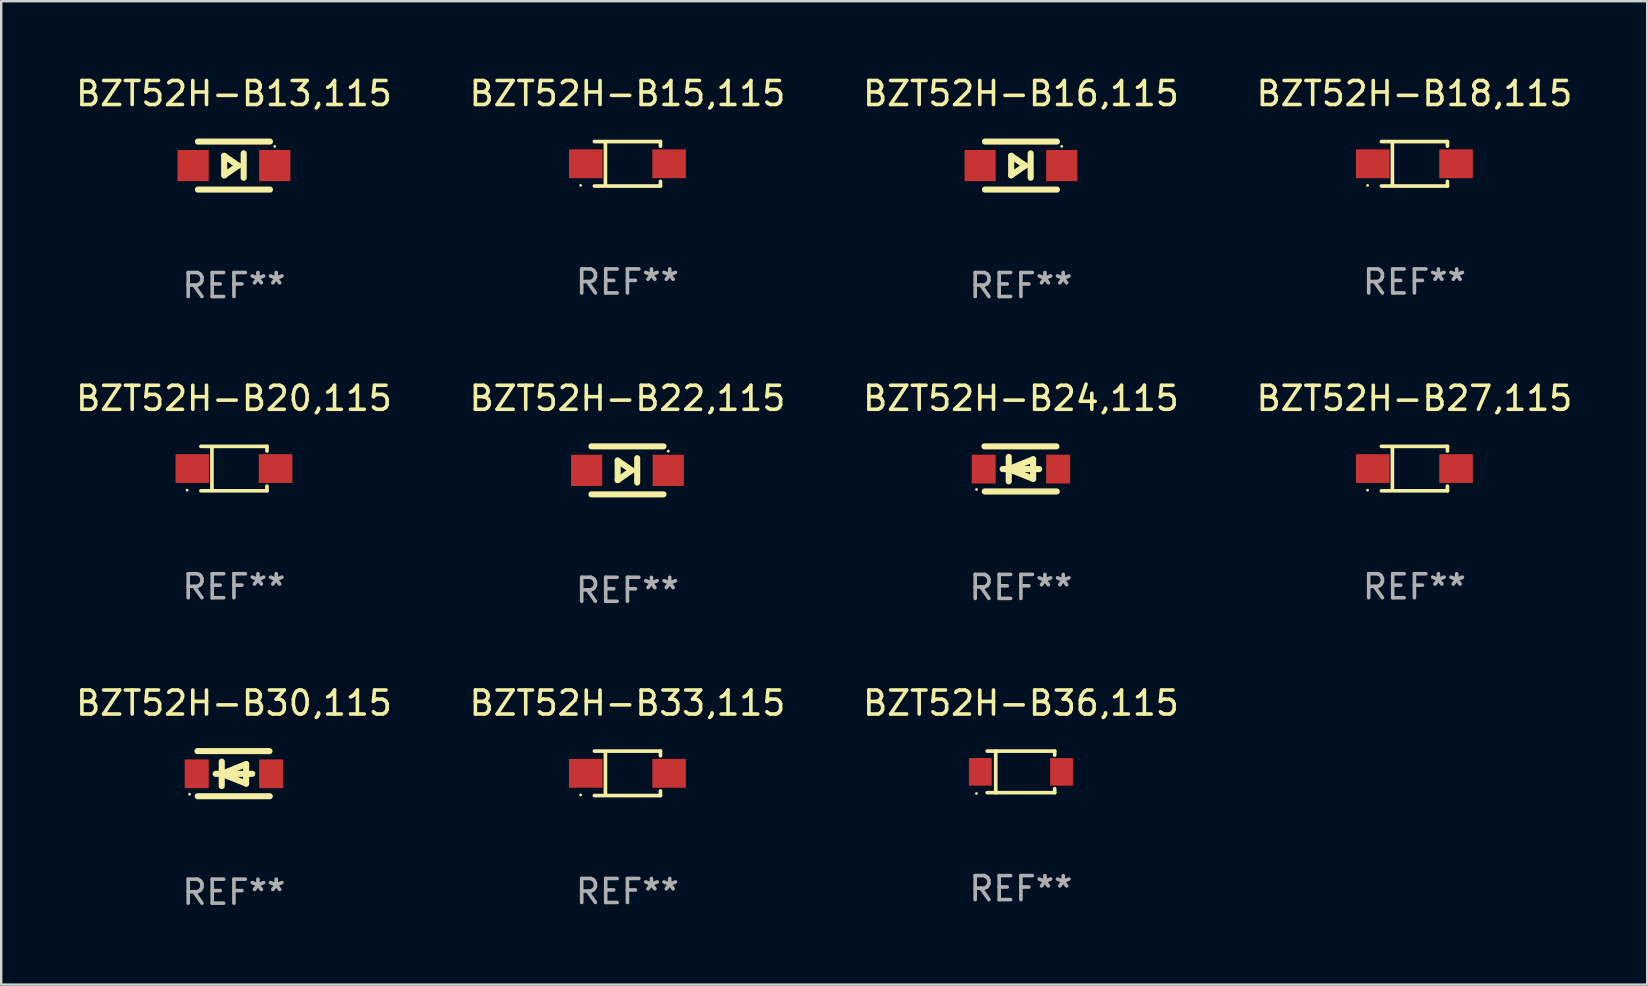
<source format=kicad_pcb>
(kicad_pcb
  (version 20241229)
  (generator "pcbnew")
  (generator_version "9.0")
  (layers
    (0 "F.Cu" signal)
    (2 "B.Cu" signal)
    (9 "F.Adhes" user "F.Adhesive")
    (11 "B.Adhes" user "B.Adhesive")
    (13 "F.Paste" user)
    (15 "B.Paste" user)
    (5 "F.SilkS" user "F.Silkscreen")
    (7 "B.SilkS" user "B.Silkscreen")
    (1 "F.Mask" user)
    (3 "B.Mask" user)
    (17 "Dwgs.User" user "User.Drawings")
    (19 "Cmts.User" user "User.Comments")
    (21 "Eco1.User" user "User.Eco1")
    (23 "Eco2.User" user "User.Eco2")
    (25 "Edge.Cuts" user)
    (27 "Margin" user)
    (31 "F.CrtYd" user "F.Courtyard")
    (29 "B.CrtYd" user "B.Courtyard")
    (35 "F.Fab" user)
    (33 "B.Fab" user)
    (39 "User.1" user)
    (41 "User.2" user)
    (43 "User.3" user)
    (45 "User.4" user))
  (footprint "BZT52H-B18,115"
    (layer "F.Cu")
    (at 55.875 3.774)
    (property "Reference" "BZT52H-B18,115" (at 0 -2.926 0) (layer "F.SilkS") (effects (font (size 1 1) (thickness 0.15))))
    (attr through_hole)
    (fp_line (start -1.376 -0.926) (end 1.376 -0.926) (stroke (width 0.152) (type solid)) (layer "F.SilkS"))
    (fp_line (start -1.376 0.926) (end 1.376 0.926) (stroke (width 0.152) (type solid)) (layer "F.SilkS"))
    (fp_line (start -0.917 -0.876) (end -0.917 0.876) (stroke (width 0.152) (type solid)) (layer "F.SilkS"))
    (fp_line (start 1.376 -0.926) (end 1.376 -0.733) (stroke (width 0.152) (type solid)) (layer "F.SilkS"))
    (fp_line (start 1.376 0.926) (end 1.376 0.733) (stroke (width 0.152) (type solid)) (layer "F.SilkS"))
    (fp_circle (center -1.95 0.9) (end -1.92 0.9) (stroke (width 0.06) (type solid)) (fill no) (layer "F.SilkS"))
    (fp_text user "REF**" (at 0 4.926 0) (layer "F.Fab") (effects (font (size 1 1) (thickness 0.15))))
    (pad "1" smd rect (at -1.735 0) (size 1.4 1.2) (layers "F.Cu" "F.Mask" "F.Paste"))
    (pad "2" smd rect (at 1.735 0) (size 1.4 1.2) (layers "F.Cu" "F.Mask" "F.Paste")))
  (footprint "BZT52H-B27,115"
    (layer "F.Cu")
    (at 55.875 16.471)
    (property "Reference" "BZT52H-B27,115" (at 0 -2.926 0) (layer "F.SilkS") (effects (font (size 1 1) (thickness 0.15))))
    (attr through_hole)
    (fp_line (start -1.376 -0.926) (end 1.376 -0.926) (stroke (width 0.152) (type solid)) (layer "F.SilkS"))
    (fp_line (start -1.376 0.926) (end 1.376 0.926) (stroke (width 0.152) (type solid)) (layer "F.SilkS"))
    (fp_line (start -0.917 -0.876) (end -0.917 0.876) (stroke (width 0.152) (type solid)) (layer "F.SilkS"))
    (fp_line (start 1.376 -0.926) (end 1.376 -0.733) (stroke (width 0.152) (type solid)) (layer "F.SilkS"))
    (fp_line (start 1.376 0.926) (end 1.376 0.733) (stroke (width 0.152) (type solid)) (layer "F.SilkS"))
    (fp_circle (center -1.95 0.9) (end -1.92 0.9) (stroke (width 0.06) (type solid)) (fill no) (layer "F.SilkS"))
    (fp_text user "REF**" (at 0 4.926 0) (layer "F.Fab") (effects (font (size 1 1) (thickness 0.15))))
    (pad "1" smd rect (at -1.735 0) (size 1.4 1.2) (layers "F.Cu" "F.Mask" "F.Paste"))
    (pad "2" smd rect (at 1.735 0) (size 1.4 1.2) (layers "F.Cu" "F.Mask" "F.Paste")))
  (footprint "BZT52H-B24,115"
    (layer "F.Cu")
    (at 39.482 16.485)
    (property "Reference" "BZT52H-B24,115" (at 0 -2.94 0) (layer "F.SilkS") (effects (font (size 1 1) (thickness 0.15))))
    (attr through_hole)
    (fp_line (start -1.52 -0.94) (end 1.48 -0.94) (stroke (width 0.254) (type solid)) (layer "F.SilkS"))
    (fp_line (start -1.507 0.94) (end 1.493 0.94) (stroke (width 0.254) (type solid)) (layer "F.SilkS"))
    (fp_line (start -0.762 0.007) (end 0.762 0.007) (stroke (width 0.254) (type solid)) (layer "F.SilkS"))
    (fp_line (start -0.508 -0.501) (end -0.508 0.515) (stroke (width 0.254) (type solid)) (layer "F.SilkS"))
    (fp_line (start -0.508 0.007) (end 0.508 -0.4) (stroke (width 0.254) (type solid)) (layer "F.SilkS"))
    (fp_line (start 0.508 -0.4) (end 0.508 0.413) (stroke (width 0.254) (type solid)) (layer "F.SilkS"))
    (fp_line (start 0.508 0.413) (end -0.508 0.007) (stroke (width 0.254) (type solid)) (layer "F.SilkS"))
    (fp_circle (center -1.85 0.857) (end -1.82 0.857) (stroke (width 0.06) (type solid)) (fill no) (layer "F.SilkS"))
    (fp_text user "REF**" (at 0 4.94 0) (layer "F.Fab") (effects (font (size 1 1) (thickness 0.15))))
    (pad "1" smd rect (at -1.55 0.007) (size 1 1.2) (layers "F.Cu" "F.Mask" "F.Paste"))
    (pad "2" smd rect (at 1.55 0.007) (size 1 1.2) (layers "F.Cu" "F.Mask" "F.Paste")))
  (footprint "BZT52H-B36,115"
    (layer "F.Cu")
    (at 39.482 29.107)
    (property "Reference" "BZT52H-B36,115" (at 0 -2.866 0) (layer "F.SilkS") (effects (font (size 1 1) (thickness 0.15))))
    (attr through_hole)
    (fp_line (start -1.406 -0.866) (end 1.406 -0.866) (stroke (width 0.152) (type solid)) (layer "F.SilkS"))
    (fp_line (start -1.406 0.866) (end 1.406 0.866) (stroke (width 0.152) (type solid)) (layer "F.SilkS"))
    (fp_line (start -1.049 -0.866) (end -1.049 0.866) (stroke (width 0.152) (type solid)) (layer "F.SilkS"))
    (fp_line (start 1.406 -0.866) (end 1.406 -0.698) (stroke (width 0.152) (type solid)) (layer "F.SilkS"))
    (fp_line (start 1.406 0.866) (end 1.406 0.698) (stroke (width 0.152) (type solid)) (layer "F.SilkS"))
    (fp_circle (center -1.851 0.9) (end -1.821 0.9) (stroke (width 0.06) (type solid)) (fill no) (layer "F.SilkS"))
    (fp_text user "REF**" (at 0 4.866 0) (layer "F.Fab") (effects (font (size 1 1) (thickness 0.15))))
    (pad "1" smd rect (at -1.692 0) (size 0.95 1.15) (layers "F.Cu" "F.Mask" "F.Paste"))
    (pad "2" smd rect (at 1.692 0) (size 0.95 1.15) (layers "F.Cu" "F.Mask" "F.Paste")))
  (footprint "BZT52H-B30,115"
    (layer "F.Cu")
    (at 6.696 29.181)
    (property "Reference" "BZT52H-B30,115" (at 0 -2.94 0) (layer "F.SilkS") (effects (font (size 1 1) (thickness 0.15))))
    (attr through_hole)
    (fp_line (start -1.52 -0.94) (end 1.48 -0.94) (stroke (width 0.254) (type solid)) (layer "F.SilkS"))
    (fp_line (start -1.507 0.94) (end 1.493 0.94) (stroke (width 0.254) (type solid)) (layer "F.SilkS"))
    (fp_line (start -0.762 0.007) (end 0.762 0.007) (stroke (width 0.254) (type solid)) (layer "F.SilkS"))
    (fp_line (start -0.508 -0.501) (end -0.508 0.515) (stroke (width 0.254) (type solid)) (layer "F.SilkS"))
    (fp_line (start -0.508 0.007) (end 0.508 -0.4) (stroke (width 0.254) (type solid)) (layer "F.SilkS"))
    (fp_line (start 0.508 -0.4) (end 0.508 0.413) (stroke (width 0.254) (type solid)) (layer "F.SilkS"))
    (fp_line (start 0.508 0.413) (end -0.508 0.007) (stroke (width 0.254) (type solid)) (layer "F.SilkS"))
    (fp_circle (center -1.85 0.857) (end -1.82 0.857) (stroke (width 0.06) (type solid)) (fill no) (layer "F.SilkS"))
    (fp_text user "REF**" (at 0 4.94 0) (layer "F.Fab") (effects (font (size 1 1) (thickness 0.15))))
    (pad "1" smd rect (at -1.55 0.007) (size 1 1.2) (layers "F.Cu" "F.Mask" "F.Paste"))
    (pad "2" smd rect (at 1.55 0.007) (size 1 1.2) (layers "F.Cu" "F.Mask" "F.Paste")))
  (footprint "BZT52H-B33,115"
    (layer "F.Cu")
    (at 23.089 29.167)
    (property "Reference" "BZT52H-B33,115" (at 0 -2.926 0) (layer "F.SilkS") (effects (font (size 1 1) (thickness 0.15))))
    (attr through_hole)
    (fp_line (start -1.376 -0.926) (end 1.376 -0.926) (stroke (width 0.152) (type solid)) (layer "F.SilkS"))
    (fp_line (start -1.376 0.926) (end 1.376 0.926) (stroke (width 0.152) (type solid)) (layer "F.SilkS"))
    (fp_line (start -0.917 -0.876) (end -0.917 0.876) (stroke (width 0.152) (type solid)) (layer "F.SilkS"))
    (fp_line (start 1.376 -0.926) (end 1.376 -0.733) (stroke (width 0.152) (type solid)) (layer "F.SilkS"))
    (fp_line (start 1.376 0.926) (end 1.376 0.733) (stroke (width 0.152) (type solid)) (layer "F.SilkS"))
    (fp_circle (center -1.95 0.9) (end -1.92 0.9) (stroke (width 0.06) (type solid)) (fill no) (layer "F.SilkS"))
    (fp_text user "REF**" (at 0 4.926 0) (layer "F.Fab") (effects (font (size 1 1) (thickness 0.15))))
    (pad "1" smd rect (at -1.735 0) (size 1.4 1.2) (layers "F.Cu" "F.Mask" "F.Paste"))
    (pad "2" smd rect (at 1.735 0) (size 1.4 1.2) (layers "F.Cu" "F.Mask" "F.Paste")))
  (footprint "BZT52H-B13,115"
    (layer "F.Cu")
    (at 6.696 3.848)
    (property "Reference" "BZT52H-B13,115" (at 0 -3 0) (layer "F.SilkS") (effects (font (size 1 1) (thickness 0.15))))
    (attr through_hole)
    (fp_line (start -1.5 -1) (end 1.5 -1) (stroke (width 0.254) (type solid)) (layer "F.SilkS"))
    (fp_line (start -0.406 -0.406) (end 0.178 0) (stroke (width 0.254) (type solid)) (layer "F.SilkS"))
    (fp_line (start -0.406 0.406) (end -0.406 -0.406) (stroke (width 0.254) (type solid)) (layer "F.SilkS"))
    (fp_line (start 0.178 0) (end -0.406 0.406) (stroke (width 0.254) (type solid)) (layer "F.SilkS"))
    (fp_line (start 0.406 0.508) (end 0.406 -0.508) (stroke (width 0.254) (type solid)) (layer "F.SilkS"))
    (fp_line (start 1.5 1) (end -1.5 1) (stroke (width 0.254) (type solid)) (layer "F.SilkS"))
    (fp_circle (center 1.7 -0.8) (end 1.73 -0.8) (stroke (width 0.06) (type solid)) (fill no) (layer "F.SilkS"))
    (fp_text user "REF**" (at 0 5 0) (layer "F.Fab") (effects (font (size 1 1) (thickness 0.15))))
    (pad "1" smd rect (at 1.7 0 180) (size 1.3 1.3) (layers "F.Cu" "F.Mask" "F.Paste"))
    (pad "2" smd rect (at -1.7 0 180) (size 1.3 1.3) (layers "F.Cu" "F.Mask" "F.Paste")))
  (footprint "BZT52H-B22,115"
    (layer "F.Cu")
    (at 23.089 16.545)
    (property "Reference" "BZT52H-B22,115" (at 0 -3 0) (layer "F.SilkS") (effects (font (size 1 1) (thickness 0.15))))
    (attr through_hole)
    (fp_line (start -1.5 -1) (end 1.5 -1) (stroke (width 0.254) (type solid)) (layer "F.SilkS"))
    (fp_line (start -0.406 -0.406) (end 0.178 0) (stroke (width 0.254) (type solid)) (layer "F.SilkS"))
    (fp_line (start -0.406 0.406) (end -0.406 -0.406) (stroke (width 0.254) (type solid)) (layer "F.SilkS"))
    (fp_line (start 0.178 0) (end -0.406 0.406) (stroke (width 0.254) (type solid)) (layer "F.SilkS"))
    (fp_line (start 0.406 0.508) (end 0.406 -0.508) (stroke (width 0.254) (type solid)) (layer "F.SilkS"))
    (fp_line (start 1.5 1) (end -1.5 1) (stroke (width 0.254) (type solid)) (layer "F.SilkS"))
    (fp_circle (center 1.7 -0.8) (end 1.73 -0.8) (stroke (width 0.06) (type solid)) (fill no) (layer "F.SilkS"))
    (fp_text user "REF**" (at 0 5 0) (layer "F.Fab") (effects (font (size 1 1) (thickness 0.15))))
    (pad "1" smd rect (at 1.7 0 180) (size 1.3 1.3) (layers "F.Cu" "F.Mask" "F.Paste"))
    (pad "2" smd rect (at -1.7 0 180) (size 1.3 1.3) (layers "F.Cu" "F.Mask" "F.Paste")))
  (footprint "BZT52H-B15,115"
    (layer "F.Cu")
    (at 23.089 3.774)
    (property "Reference" "BZT52H-B15,115" (at 0 -2.926 0) (layer "F.SilkS") (effects (font (size 1 1) (thickness 0.15))))
    (attr through_hole)
    (fp_line (start -1.376 -0.926) (end 1.376 -0.926) (stroke (width 0.152) (type solid)) (layer "F.SilkS"))
    (fp_line (start -1.376 0.926) (end 1.376 0.926) (stroke (width 0.152) (type solid)) (layer "F.SilkS"))
    (fp_line (start -0.917 -0.876) (end -0.917 0.876) (stroke (width 0.152) (type solid)) (layer "F.SilkS"))
    (fp_line (start 1.376 -0.926) (end 1.376 -0.733) (stroke (width 0.152) (type solid)) (layer "F.SilkS"))
    (fp_line (start 1.376 0.926) (end 1.376 0.733) (stroke (width 0.152) (type solid)) (layer "F.SilkS"))
    (fp_circle (center -1.95 0.9) (end -1.92 0.9) (stroke (width 0.06) (type solid)) (fill no) (layer "F.SilkS"))
    (fp_text user "REF**" (at 0 4.926 0) (layer "F.Fab") (effects (font (size 1 1) (thickness 0.15))))
    (pad "1" smd rect (at -1.735 0) (size 1.4 1.2) (layers "F.Cu" "F.Mask" "F.Paste"))
    (pad "2" smd rect (at 1.735 0) (size 1.4 1.2) (layers "F.Cu" "F.Mask" "F.Paste")))
  (footprint "BZT52H-B16,115"
    (layer "F.Cu")
    (at 39.482 3.848)
    (property "Reference" "BZT52H-B16,115" (at 0 -3 0) (layer "F.SilkS") (effects (font (size 1 1) (thickness 0.15))))
    (attr through_hole)
    (fp_line (start -1.5 -1) (end 1.5 -1) (stroke (width 0.254) (type solid)) (layer "F.SilkS"))
    (fp_line (start -0.406 -0.406) (end 0.178 0) (stroke (width 0.254) (type solid)) (layer "F.SilkS"))
    (fp_line (start -0.406 0.406) (end -0.406 -0.406) (stroke (width 0.254) (type solid)) (layer "F.SilkS"))
    (fp_line (start 0.178 0) (end -0.406 0.406) (stroke (width 0.254) (type solid)) (layer "F.SilkS"))
    (fp_line (start 0.406 0.508) (end 0.406 -0.508) (stroke (width 0.254) (type solid)) (layer "F.SilkS"))
    (fp_line (start 1.5 1) (end -1.5 1) (stroke (width 0.254) (type solid)) (layer "F.SilkS"))
    (fp_circle (center 1.7 -0.8) (end 1.73 -0.8) (stroke (width 0.06) (type solid)) (fill no) (layer "F.SilkS"))
    (fp_text user "REF**" (at 0 5 0) (layer "F.Fab") (effects (font (size 1 1) (thickness 0.15))))
    (pad "1" smd rect (at 1.7 0 180) (size 1.3 1.3) (layers "F.Cu" "F.Mask" "F.Paste"))
    (pad "2" smd rect (at -1.7 0 180) (size 1.3 1.3) (layers "F.Cu" "F.Mask" "F.Paste")))
  (footprint "BZT52H-B20,115"
    (layer "F.Cu")
    (at 6.696 16.471)
    (property "Reference" "BZT52H-B20,115" (at 0 -2.926 0) (layer "F.SilkS") (effects (font (size 1 1) (thickness 0.15))))
    (attr through_hole)
    (fp_line (start -1.376 -0.926) (end 1.376 -0.926) (stroke (width 0.152) (type solid)) (layer "F.SilkS"))
    (fp_line (start -1.376 0.926) (end 1.376 0.926) (stroke (width 0.152) (type solid)) (layer "F.SilkS"))
    (fp_line (start -0.917 -0.876) (end -0.917 0.876) (stroke (width 0.152) (type solid)) (layer "F.SilkS"))
    (fp_line (start 1.376 -0.926) (end 1.376 -0.733) (stroke (width 0.152) (type solid)) (layer "F.SilkS"))
    (fp_line (start 1.376 0.926) (end 1.376 0.733) (stroke (width 0.152) (type solid)) (layer "F.SilkS"))
    (fp_circle (center -1.95 0.9) (end -1.92 0.9) (stroke (width 0.06) (type solid)) (fill no) (layer "F.SilkS"))
    (fp_text user "REF**" (at 0 4.926 0) (layer "F.Fab") (effects (font (size 1 1) (thickness 0.15))))
    (pad "1" smd rect (at -1.735 0) (size 1.4 1.2) (layers "F.Cu" "F.Mask" "F.Paste"))
    (pad "2" smd rect (at 1.735 0) (size 1.4 1.2) (layers "F.Cu" "F.Mask" "F.Paste")))
  (gr_rect
    (start -3 -3)
    (end 65.571 37.969)
    (stroke (width 0.1) (type default))
    (fill no)
    (layer "Edge.Cuts")))
</source>
